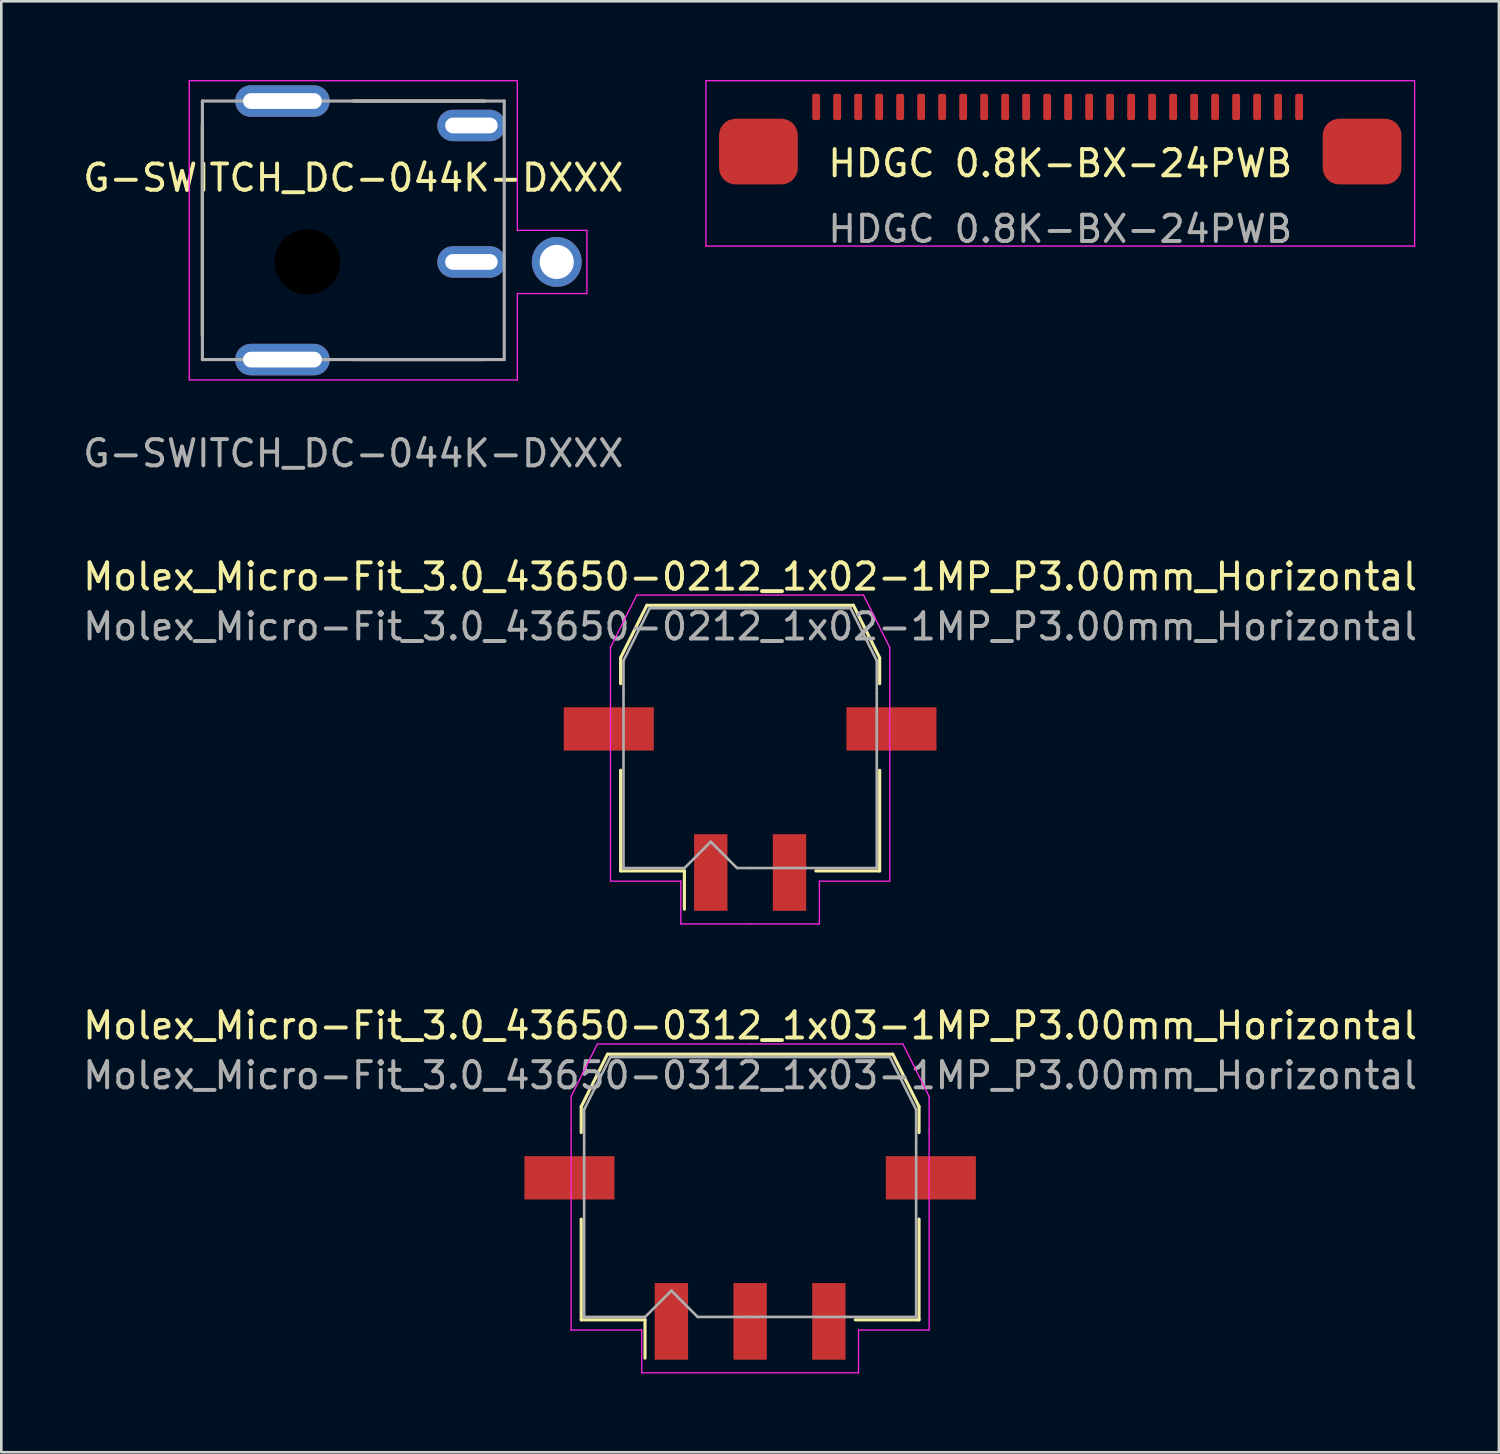
<source format=kicad_pcb>
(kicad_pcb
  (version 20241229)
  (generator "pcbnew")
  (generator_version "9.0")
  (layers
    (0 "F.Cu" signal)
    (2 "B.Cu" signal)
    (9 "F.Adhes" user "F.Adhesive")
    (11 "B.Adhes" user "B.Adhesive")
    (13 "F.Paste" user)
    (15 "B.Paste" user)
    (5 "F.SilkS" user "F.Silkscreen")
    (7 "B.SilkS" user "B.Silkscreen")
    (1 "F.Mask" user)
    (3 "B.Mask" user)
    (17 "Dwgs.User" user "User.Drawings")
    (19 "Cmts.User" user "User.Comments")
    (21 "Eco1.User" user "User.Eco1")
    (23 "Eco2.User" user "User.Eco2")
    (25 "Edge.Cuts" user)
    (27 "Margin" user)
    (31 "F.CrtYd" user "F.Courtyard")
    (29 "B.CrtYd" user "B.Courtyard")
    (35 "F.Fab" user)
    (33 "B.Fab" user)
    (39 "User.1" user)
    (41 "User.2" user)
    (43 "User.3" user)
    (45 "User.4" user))
  (footprint "HDGC 0.8K-BX-24PWB"
    (layer "F.Cu")
    (at 37.346 3.175)
    (property "Reference" "HDGC 0.8K-BX-24PWB" (at 0 0 0) (unlocked yes) (layer "F.SilkS") (effects (font (size 1 1) (thickness 0.15))))
    (attr smd)
    (fp_line (start -13.5 -3.15) (end 13.5 -3.15) (stroke (width 0.05) (type solid)) (layer "F.CrtYd"))
    (fp_line (start -13.5 3.15) (end -13.5 -3.15) (stroke (width 0.05) (type solid)) (layer "F.CrtYd"))
    (fp_line (start -13.5 3.15) (end 13.5 3.15) (stroke (width 0.05) (type solid)) (layer "F.CrtYd"))
    (fp_line (start 13.5 3.15) (end 13.5 -3.15) (stroke (width 0.05) (type solid)) (layer "F.CrtYd"))
    (fp_text user "${REFERENCE}" (at 0 2.5 0) (unlocked yes) (layer "F.Fab") (effects (font (size 1 1) (thickness 0.15))))
    (pad "" smd roundrect (at -11.5 -0.45) (size 3 2.5) (layers "F.Cu" "F.Mask" "F.Paste") (roundrect_rratio 0.25))
    (pad "" smd roundrect (at 11.5 -0.45) (size 3 2.5) (layers "F.Cu" "F.Mask" "F.Paste") (roundrect_rratio 0.25))
    (pad "1" smd roundrect (at -9.3 -2.15) (size 0.3 1) (layers "F.Cu" "F.Mask" "F.Paste") (roundrect_rratio 0.25))
    (pad "2" smd roundrect (at -8.5 -2.15) (size 0.3 1) (layers "F.Cu" "F.Mask" "F.Paste") (roundrect_rratio 0.25))
    (pad "3" smd roundrect (at -7.7 -2.15) (size 0.3 1) (layers "F.Cu" "F.Mask" "F.Paste") (roundrect_rratio 0.25))
    (pad "4" smd roundrect (at -6.9 -2.15) (size 0.3 1) (layers "F.Cu" "F.Mask" "F.Paste") (roundrect_rratio 0.25))
    (pad "5" smd roundrect (at -6.1 -2.15) (size 0.3 1) (layers "F.Cu" "F.Mask" "F.Paste") (roundrect_rratio 0.25))
    (pad "6" smd roundrect (at -5.3 -2.15) (size 0.3 1) (layers "F.Cu" "F.Mask" "F.Paste") (roundrect_rratio 0.25))
    (pad "7" smd roundrect (at -4.5 -2.15) (size 0.3 1) (layers "F.Cu" "F.Mask" "F.Paste") (roundrect_rratio 0.25))
    (pad "8" smd roundrect (at -3.7 -2.15) (size 0.3 1) (layers "F.Cu" "F.Mask" "F.Paste") (roundrect_rratio 0.25))
    (pad "9" smd roundrect (at -2.9 -2.15) (size 0.3 1) (layers "F.Cu" "F.Mask" "F.Paste") (roundrect_rratio 0.25))
    (pad "10" smd roundrect (at -2.1 -2.15) (size 0.3 1) (layers "F.Cu" "F.Mask" "F.Paste") (roundrect_rratio 0.25))
    (pad "11" smd roundrect (at -1.3 -2.15) (size 0.3 1) (layers "F.Cu" "F.Mask" "F.Paste") (roundrect_rratio 0.25))
    (pad "12" smd roundrect (at -0.5 -2.15) (size 0.3 1) (layers "F.Cu" "F.Mask" "F.Paste") (roundrect_rratio 0.25))
    (pad "13" smd roundrect (at 0.3 -2.15) (size 0.3 1) (layers "F.Cu" "F.Mask" "F.Paste") (roundrect_rratio 0.25))
    (pad "14" smd roundrect (at 1.1 -2.15) (size 0.3 1) (layers "F.Cu" "F.Mask" "F.Paste") (roundrect_rratio 0.25))
    (pad "15" smd roundrect (at 1.9 -2.15) (size 0.3 1) (layers "F.Cu" "F.Mask" "F.Paste") (roundrect_rratio 0.25))
    (pad "16" smd roundrect (at 2.7 -2.15) (size 0.3 1) (layers "F.Cu" "F.Mask" "F.Paste") (roundrect_rratio 0.25))
    (pad "17" smd roundrect (at 3.5 -2.15) (size 0.3 1) (layers "F.Cu" "F.Mask" "F.Paste") (roundrect_rratio 0.25))
    (pad "18" smd roundrect (at 4.3 -2.15) (size 0.3 1) (layers "F.Cu" "F.Mask" "F.Paste") (roundrect_rratio 0.25))
    (pad "19" smd roundrect (at 5.1 -2.15) (size 0.3 1) (layers "F.Cu" "F.Mask" "F.Paste") (roundrect_rratio 0.25))
    (pad "20" smd roundrect (at 5.9 -2.15) (size 0.3 1) (layers "F.Cu" "F.Mask" "F.Paste") (roundrect_rratio 0.25))
    (pad "21" smd roundrect (at 6.7 -2.15) (size 0.3 1) (layers "F.Cu" "F.Mask" "F.Paste") (roundrect_rratio 0.25))
    (pad "22" smd roundrect (at 7.5 -2.15) (size 0.3 1) (layers "F.Cu" "F.Mask" "F.Paste") (roundrect_rratio 0.25))
    (pad "23" smd roundrect (at 8.3 -2.15) (size 0.3 1) (layers "F.Cu" "F.Mask" "F.Paste") (roundrect_rratio 0.25))
    (pad "24" smd roundrect (at 9.1 -2.15) (size 0.3 1) (layers "F.Cu" "F.Mask" "F.Paste") (roundrect_rratio 0.25)))
  (footprint "Molex_Micro-Fit_3.0_43650-0312_1x03-1MP_P3.00mm_Horizontal"
    (layer "F.Cu")
    (at 25.53 42.175)
    (property "Reference" "Molex_Micro-Fit_3.0_43650-0312_1x03-1MP_P3.00mm_Horizontal" (at 0 -6.15 0) (layer "F.SilkS") (effects (font (size 1 1) (thickness 0.15))))
    (attr smd)
    (fp_line (start -6.435 -3.06) (end -6.435 -2.075) (stroke (width 0.12) (type solid)) (layer "F.SilkS"))
    (fp_line (start -6.435 1.225) (end -6.435 5.06) (stroke (width 0.12) (type solid)) (layer "F.SilkS"))
    (fp_line (start -6.435 5.06) (end -4.005 5.06) (stroke (width 0.12) (type solid)) (layer "F.SilkS"))
    (fp_line (start -5.435 -5.06) (end -6.435 -3.06) (stroke (width 0.12) (type solid)) (layer "F.SilkS"))
    (fp_line (start -4.005 5.06) (end -4.005 6.52) (stroke (width 0.12) (type solid)) (layer "F.SilkS"))
    (fp_line (start 0 -5.06) (end -5.435 -5.06) (stroke (width 0.12) (type solid)) (layer "F.SilkS"))
    (fp_line (start 0 -5.06) (end 5.435 -5.06) (stroke (width 0.12) (type solid)) (layer "F.SilkS"))
    (fp_line (start 5.435 -5.06) (end 6.435 -3.06) (stroke (width 0.12) (type solid)) (layer "F.SilkS"))
    (fp_line (start 6.435 -3.06) (end 6.435 -2.075) (stroke (width 0.12) (type solid)) (layer "F.SilkS"))
    (fp_line (start 6.435 1.225) (end 6.435 5.06) (stroke (width 0.12) (type solid)) (layer "F.SilkS"))
    (fp_line (start 6.435 5.06) (end 4.005 5.06) (stroke (width 0.12) (type solid)) (layer "F.SilkS"))
    (fp_line (start -6.82 -3.45) (end -6.82 -2.2) (stroke (width 0.05) (type solid)) (layer "F.CrtYd"))
    (fp_line (start -6.82 -2.2) (end -6.82 5.45) (stroke (width 0.05) (type solid)) (layer "F.CrtYd"))
    (fp_line (start -6.82 5.45) (end -4.13 5.45) (stroke (width 0.05) (type solid)) (layer "F.CrtYd"))
    (fp_line (start -5.82 -5.45) (end -6.82 -3.45) (stroke (width 0.05) (type solid)) (layer "F.CrtYd"))
    (fp_line (start -4.13 5.45) (end -4.13 7.08) (stroke (width 0.05) (type solid)) (layer "F.CrtYd"))
    (fp_line (start -4.13 7.08) (end 0 7.08) (stroke (width 0.05) (type solid)) (layer "F.CrtYd"))
    (fp_line (start 0 -5.45) (end -5.82 -5.45) (stroke (width 0.05) (type solid)) (layer "F.CrtYd"))
    (fp_line (start 0 -5.45) (end 5.82 -5.45) (stroke (width 0.05) (type solid)) (layer "F.CrtYd"))
    (fp_line (start 4.13 5.45) (end 4.13 7.08) (stroke (width 0.05) (type solid)) (layer "F.CrtYd"))
    (fp_line (start 4.13 7.08) (end 0 7.08) (stroke (width 0.05) (type solid)) (layer "F.CrtYd"))
    (fp_line (start 5.82 -5.45) (end 6.82 -3.45) (stroke (width 0.05) (type solid)) (layer "F.CrtYd"))
    (fp_line (start 6.82 -3.45) (end 6.82 -2.2) (stroke (width 0.05) (type solid)) (layer "F.CrtYd"))
    (fp_line (start 6.82 -2.2) (end 6.82 5.45) (stroke (width 0.05) (type solid)) (layer "F.CrtYd"))
    (fp_line (start 6.82 5.45) (end 4.13 5.45) (stroke (width 0.05) (type solid)) (layer "F.CrtYd"))
    (fp_line (start -6.325 -2.95) (end -6.325 -1.705) (stroke (width 0.1) (type solid)) (layer "F.Fab"))
    (fp_line (start -6.325 -1.705) (end -6.325 4.95) (stroke (width 0.1) (type solid)) (layer "F.Fab"))
    (fp_line (start -6.325 4.95) (end -4 4.95) (stroke (width 0.1) (type solid)) (layer "F.Fab"))
    (fp_line (start -5.325 -4.95) (end -6.325 -2.95) (stroke (width 0.1) (type solid)) (layer "F.Fab"))
    (fp_line (start -4 4.95) (end -3 3.95) (stroke (width 0.1) (type solid)) (layer "F.Fab"))
    (fp_line (start -3 3.95) (end -2 4.95) (stroke (width 0.1) (type solid)) (layer "F.Fab"))
    (fp_line (start -2 4.95) (end 0 4.95) (stroke (width 0.1) (type solid)) (layer "F.Fab"))
    (fp_line (start 0 -4.95) (end -5.325 -4.95) (stroke (width 0.1) (type solid)) (layer "F.Fab"))
    (fp_line (start 0 -4.95) (end 5.325 -4.95) (stroke (width 0.1) (type solid)) (layer "F.Fab"))
    (fp_line (start 3.635 4.95) (end 0 4.95) (stroke (width 0.1) (type solid)) (layer "F.Fab"))
    (fp_line (start 5.325 -4.95) (end 6.325 -2.95) (stroke (width 0.1) (type solid)) (layer "F.Fab"))
    (fp_line (start 6.325 -2.95) (end 6.325 -1.705) (stroke (width 0.1) (type solid)) (layer "F.Fab"))
    (fp_line (start 6.325 -1.705) (end 6.325 4.95) (stroke (width 0.1) (type solid)) (layer "F.Fab"))
    (fp_line (start 6.325 4.95) (end 3.635 4.95) (stroke (width 0.1) (type solid)) (layer "F.Fab"))
    (fp_text user "${REFERENCE}" (at 0 -4.25 0) (layer "F.Fab") (effects (font (size 1 1) (thickness 0.15))))
    (pad "1" smd rect (at -3 5.12) (size 1.27 2.92) (layers "F.Cu" "F.Mask" "F.Paste"))
    (pad "2" smd rect (at 0 5.12) (size 1.27 2.92) (layers "F.Cu" "F.Mask" "F.Paste"))
    (pad "3" smd rect (at 3 5.12) (size 1.27 2.92) (layers "F.Cu" "F.Mask" "F.Paste"))
    (pad "MP" smd rect (at -6.885 -0.35) (size 3.43 1.65) (layers "F.Cu" "F.Mask" "F.Paste"))
    (pad "MP" smd rect (at 6.885 -0.35) (size 3.43 1.65) (layers "F.Cu" "F.Mask" "F.Paste"))
    (zone (net_name "") (layer "F.SilkS") (hatch edge 0.508) (connect_pads) (min_thickness 0.254) (filled_areas_thickness no) (keepout (tracks allowed) (vias not_allowed) (pads not_allowed) (copperpour allowed) (footprints allowed)) (placement (enabled no)) (fill) (polygon (pts (xy 20.905 45.645) (xy 18.455 45.645) (xy 18.455 44.045) (xy 20.905 44.045))))
    (zone (net_name "") (layer "F.SilkS") (hatch edge 0.508) (connect_pads) (min_thickness 0.254) (filled_areas_thickness no) (keepout (tracks allowed) (vias not_allowed) (pads not_allowed) (copperpour allowed) (footprints allowed)) (placement (enabled no)) (fill) (polygon (pts (xy 32.605 45.645) (xy 30.155 45.645) (xy 30.155 44.045) (xy 32.605 44.045)))))
  (footprint "G-SWITCH_DC-044K-DXXX"
    (layer "F.Cu")
    (at 10.411 5.725)
    (property "Reference" "G-SWITCH_DC-044K-DXXX" (at 0 -2 0) (unlocked yes) (layer "F.SilkS") (effects (font (size 1 1) (thickness 0.15))))
    (attr through_hole)
    (fp_line (start -5.75 -4) (end -5.75 4) (stroke (width 0.12) (type solid)) (layer "F.SilkS"))
    (fp_line (start 0 -4.925) (end 5 -4.925) (stroke (width 0.12) (type solid)) (layer "F.SilkS"))
    (fp_line (start 0 4.925) (end 5 4.925) (stroke (width 0.12) (type solid)) (layer "F.SilkS"))
    (fp_line (start -6.25 -5.7) (end -6.25 5.7) (stroke (width 0.05) (type solid)) (layer "F.CrtYd"))
    (fp_line (start -6.25 -5.7) (end 6.25 -5.7) (stroke (width 0.05) (type solid)) (layer "F.CrtYd"))
    (fp_line (start -6.25 5.7) (end 6.25 5.7) (stroke (width 0.05) (type solid)) (layer "F.CrtYd"))
    (fp_line (start 6.25 -5.7) (end 6.25 0) (stroke (width 0.05) (type solid)) (layer "F.CrtYd"))
    (fp_line (start 6.25 0) (end 8.9 0) (stroke (width 0.05) (type solid)) (layer "F.CrtYd"))
    (fp_line (start 6.25 2.41) (end 8.9 2.41) (stroke (width 0.05) (type solid)) (layer "F.CrtYd"))
    (fp_line (start 6.25 5.7) (end 6.25 2.41) (stroke (width 0.05) (type solid)) (layer "F.CrtYd"))
    (fp_line (start 8.9 0) (end 8.9 2.41) (stroke (width 0.05) (type solid)) (layer "F.CrtYd"))
    (fp_line (start -5.75 -4.925) (end -5.75 4.925) (stroke (width 0.12) (type solid)) (layer "F.Fab"))
    (fp_line (start -5.75 -4.925) (end 5.75 -4.925) (stroke (width 0.12) (type solid)) (layer "F.Fab"))
    (fp_line (start -5.75 4.925) (end 5.75 4.925) (stroke (width 0.12) (type solid)) (layer "F.Fab"))
    (fp_line (start 5.75 -4.925) (end 5.75 4.925) (stroke (width 0.12) (type solid)) (layer "F.Fab"))
    (fp_text user "${REFERENCE}" (at 0 8.5 0) (unlocked yes) (layer "F.Fab") (effects (font (size 1 1) (thickness 0.15))))
    (pad "" thru_hole oval (at -2.7 -4.925 90) (size 1.2 3.6) (drill oval 0.6 3) (layers "*.Cu" "*.Mask"))
    (pad "" thru_hole oval (at -2.7 4.925 90) (size 1.2 3.6) (drill oval 0.6 3) (layers "*.Cu" "*.Mask"))
    (pad "" np_thru_hole circle (at -1.75 1.205 90) (size 2.5 2.5) (drill 2.5) (layers "*.Mask"))
    (pad "1" thru_hole circle (at 7.75 1.205 90) (size 1.9 1.9) (drill 1.3) (layers "*.Cu" "*.Mask"))
    (pad "2" thru_hole oval (at 4.5 -3.995 90) (size 1.2 2.6) (drill oval 0.6 2) (layers "*.Cu" "*.Mask"))
    (pad "3" thru_hole oval (at 4.5 1.205 90) (size 1.2 2.6) (drill oval 0.6 2) (layers "*.Cu" "*.Mask")))
  (footprint "Molex_Micro-Fit_3.0_43650-0212_1x02-1MP_P3.00mm_Horizontal"
    (layer "F.Cu")
    (at 25.53 25.072)
    (property "Reference" "Molex_Micro-Fit_3.0_43650-0212_1x02-1MP_P3.00mm_Horizontal" (at 0 -6.15 0) (layer "F.SilkS") (effects (font (size 1 1) (thickness 0.15))))
    (attr smd)
    (fp_line (start -4.935 -3.06) (end -4.935 -2.075) (stroke (width 0.12) (type solid)) (layer "F.SilkS"))
    (fp_line (start -4.935 1.225) (end -4.935 5.06) (stroke (width 0.12) (type solid)) (layer "F.SilkS"))
    (fp_line (start -4.935 5.06) (end -2.505 5.06) (stroke (width 0.12) (type solid)) (layer "F.SilkS"))
    (fp_line (start -3.935 -5.06) (end -4.935 -3.06) (stroke (width 0.12) (type solid)) (layer "F.SilkS"))
    (fp_line (start -2.505 5.06) (end -2.505 6.52) (stroke (width 0.12) (type solid)) (layer "F.SilkS"))
    (fp_line (start 0 -5.06) (end -3.935 -5.06) (stroke (width 0.12) (type solid)) (layer "F.SilkS"))
    (fp_line (start 0 -5.06) (end 3.935 -5.06) (stroke (width 0.12) (type solid)) (layer "F.SilkS"))
    (fp_line (start 3.935 -5.06) (end 4.935 -3.06) (stroke (width 0.12) (type solid)) (layer "F.SilkS"))
    (fp_line (start 4.935 -3.06) (end 4.935 -2.075) (stroke (width 0.12) (type solid)) (layer "F.SilkS"))
    (fp_line (start 4.935 1.225) (end 4.935 5.06) (stroke (width 0.12) (type solid)) (layer "F.SilkS"))
    (fp_line (start 4.935 5.06) (end 2.505 5.06) (stroke (width 0.12) (type solid)) (layer "F.SilkS"))
    (fp_line (start -5.32 -3.45) (end -5.32 -2.2) (stroke (width 0.05) (type solid)) (layer "F.CrtYd"))
    (fp_line (start -5.32 -2.2) (end -5.32 5.45) (stroke (width 0.05) (type solid)) (layer "F.CrtYd"))
    (fp_line (start -5.32 5.45) (end -2.64 5.45) (stroke (width 0.05) (type solid)) (layer "F.CrtYd"))
    (fp_line (start -4.32 -5.45) (end -5.32 -3.45) (stroke (width 0.05) (type solid)) (layer "F.CrtYd"))
    (fp_line (start -2.64 5.45) (end -2.64 7.08) (stroke (width 0.05) (type solid)) (layer "F.CrtYd"))
    (fp_line (start -2.64 7.08) (end 0 7.08) (stroke (width 0.05) (type solid)) (layer "F.CrtYd"))
    (fp_line (start 0 -5.45) (end -4.32 -5.45) (stroke (width 0.05) (type solid)) (layer "F.CrtYd"))
    (fp_line (start 0 -5.45) (end 4.32 -5.45) (stroke (width 0.05) (type solid)) (layer "F.CrtYd"))
    (fp_line (start 2.64 5.45) (end 2.64 7.08) (stroke (width 0.05) (type solid)) (layer "F.CrtYd"))
    (fp_line (start 2.64 7.08) (end 0 7.08) (stroke (width 0.05) (type solid)) (layer "F.CrtYd"))
    (fp_line (start 4.32 -5.45) (end 5.32 -3.45) (stroke (width 0.05) (type solid)) (layer "F.CrtYd"))
    (fp_line (start 5.32 -3.45) (end 5.32 -2.2) (stroke (width 0.05) (type solid)) (layer "F.CrtYd"))
    (fp_line (start 5.32 -2.2) (end 5.32 5.45) (stroke (width 0.05) (type solid)) (layer "F.CrtYd"))
    (fp_line (start 5.32 5.45) (end 2.64 5.45) (stroke (width 0.05) (type solid)) (layer "F.CrtYd"))
    (fp_line (start -4.825 -2.95) (end -4.825 -1.705) (stroke (width 0.1) (type solid)) (layer "F.Fab"))
    (fp_line (start -4.825 -1.705) (end -4.825 4.95) (stroke (width 0.1) (type solid)) (layer "F.Fab"))
    (fp_line (start -4.825 4.95) (end -2.5 4.95) (stroke (width 0.1) (type solid)) (layer "F.Fab"))
    (fp_line (start -3.825 -4.95) (end -4.825 -2.95) (stroke (width 0.1) (type solid)) (layer "F.Fab"))
    (fp_line (start -2.5 4.95) (end -1.5 3.95) (stroke (width 0.1) (type solid)) (layer "F.Fab"))
    (fp_line (start -1.5 3.95) (end -0.5 4.95) (stroke (width 0.1) (type solid)) (layer "F.Fab"))
    (fp_line (start -0.5 4.95) (end 0 4.95) (stroke (width 0.1) (type solid)) (layer "F.Fab"))
    (fp_line (start 0 -4.95) (end -3.825 -4.95) (stroke (width 0.1) (type solid)) (layer "F.Fab"))
    (fp_line (start 0 -4.95) (end 3.825 -4.95) (stroke (width 0.1) (type solid)) (layer "F.Fab"))
    (fp_line (start 2.135 4.95) (end 0 4.95) (stroke (width 0.1) (type solid)) (layer "F.Fab"))
    (fp_line (start 3.825 -4.95) (end 4.825 -2.95) (stroke (width 0.1) (type solid)) (layer "F.Fab"))
    (fp_line (start 4.825 -2.95) (end 4.825 -1.705) (stroke (width 0.1) (type solid)) (layer "F.Fab"))
    (fp_line (start 4.825 -1.705) (end 4.825 4.95) (stroke (width 0.1) (type solid)) (layer "F.Fab"))
    (fp_line (start 4.825 4.95) (end 2.135 4.95) (stroke (width 0.1) (type solid)) (layer "F.Fab"))
    (fp_text user "${REFERENCE}" (at 0 -4.25 0) (layer "F.Fab") (effects (font (size 1 1) (thickness 0.15))))
    (pad "1" smd rect (at -1.5 5.12) (size 1.27 2.92) (layers "F.Cu" "F.Mask" "F.Paste"))
    (pad "2" smd rect (at 1.5 5.12) (size 1.27 2.92) (layers "F.Cu" "F.Mask" "F.Paste"))
    (pad "MP" smd rect (at -5.385 -0.35) (size 3.43 1.65) (layers "F.Cu" "F.Mask" "F.Paste"))
    (pad "MP" smd rect (at 5.385 -0.35) (size 3.43 1.65) (layers "F.Cu" "F.Mask" "F.Paste"))
    (zone (net_name "") (layer "F.SilkS") (hatch edge 0.508) (connect_pads) (min_thickness 0.254) (filled_areas_thickness no) (keepout (tracks allowed) (vias not_allowed) (pads not_allowed) (copperpour allowed) (footprints allowed)) (placement (enabled no)) (fill) (polygon (pts (xy 22.405 28.541) (xy 19.955 28.541) (xy 19.955 26.942) (xy 22.405 26.942))))
    (zone (net_name "") (layer "F.SilkS") (hatch edge 0.508) (connect_pads) (min_thickness 0.254) (filled_areas_thickness no) (keepout (tracks allowed) (vias not_allowed) (pads not_allowed) (copperpour allowed) (footprints allowed)) (placement (enabled no)) (fill) (polygon (pts (xy 31.105 28.541) (xy 28.655 28.541) (xy 28.655 26.942) (xy 31.105 26.942)))))
  (gr_rect
    (start -3 -3)
    (end 54.06 52.28)
    (stroke (width 0.1) (type default))
    (fill no)
    (layer "Edge.Cuts")))
</source>
